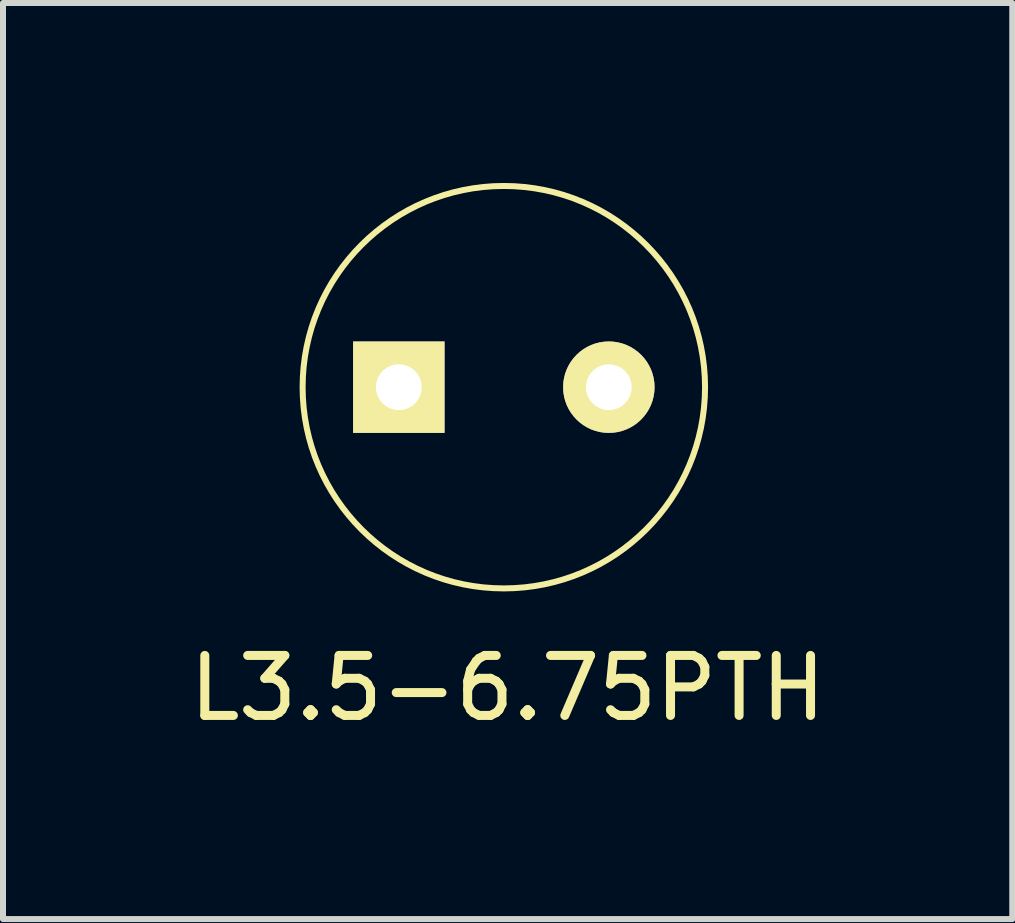
<source format=kicad_pcb>
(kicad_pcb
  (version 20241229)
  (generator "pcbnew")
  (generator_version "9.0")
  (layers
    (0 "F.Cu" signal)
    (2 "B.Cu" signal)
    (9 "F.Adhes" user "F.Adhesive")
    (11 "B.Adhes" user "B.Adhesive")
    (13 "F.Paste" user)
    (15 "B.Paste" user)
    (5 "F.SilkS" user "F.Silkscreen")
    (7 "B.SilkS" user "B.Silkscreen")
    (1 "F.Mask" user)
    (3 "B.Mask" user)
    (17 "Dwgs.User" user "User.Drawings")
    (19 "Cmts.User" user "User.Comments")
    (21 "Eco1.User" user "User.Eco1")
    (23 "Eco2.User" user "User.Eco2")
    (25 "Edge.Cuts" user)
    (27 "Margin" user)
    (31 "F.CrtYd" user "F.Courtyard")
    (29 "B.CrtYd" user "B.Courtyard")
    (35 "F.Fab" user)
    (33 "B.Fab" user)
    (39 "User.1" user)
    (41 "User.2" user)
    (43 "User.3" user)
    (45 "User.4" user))
  (footprint "L3.5-6.75PTH"
    (layer "F.Cu")
    (at 5.347 3.403)
    (property "Reference" "L3.5-6.75PTH" (at 0.064 5.016 0) (layer "F.SilkS") (effects (font (size 1 1) (thickness 0.15))))
    (attr smd)
    (fp_circle (center 0 0) (end -3.353 -0.064) (stroke (width 0.1) (type solid)) (fill no) (layer "F.SilkS"))
    (pad "1" thru_hole rect (at -1.75 0) (size 1.524 1.524) (drill 0.762) (layers "*.Cu" "*.Mask" "F.SilkS"))
    (pad "2" thru_hole circle (at 1.75 0) (size 1.524 1.524) (drill 0.762) (layers "*.Cu" "*.Mask" "F.SilkS")))
  (gr_rect
    (start -3 -3)
    (end 13.821 12.268)
    (stroke (width 0.1) (type default))
    (fill no)
    (layer "Edge.Cuts")))
</source>
